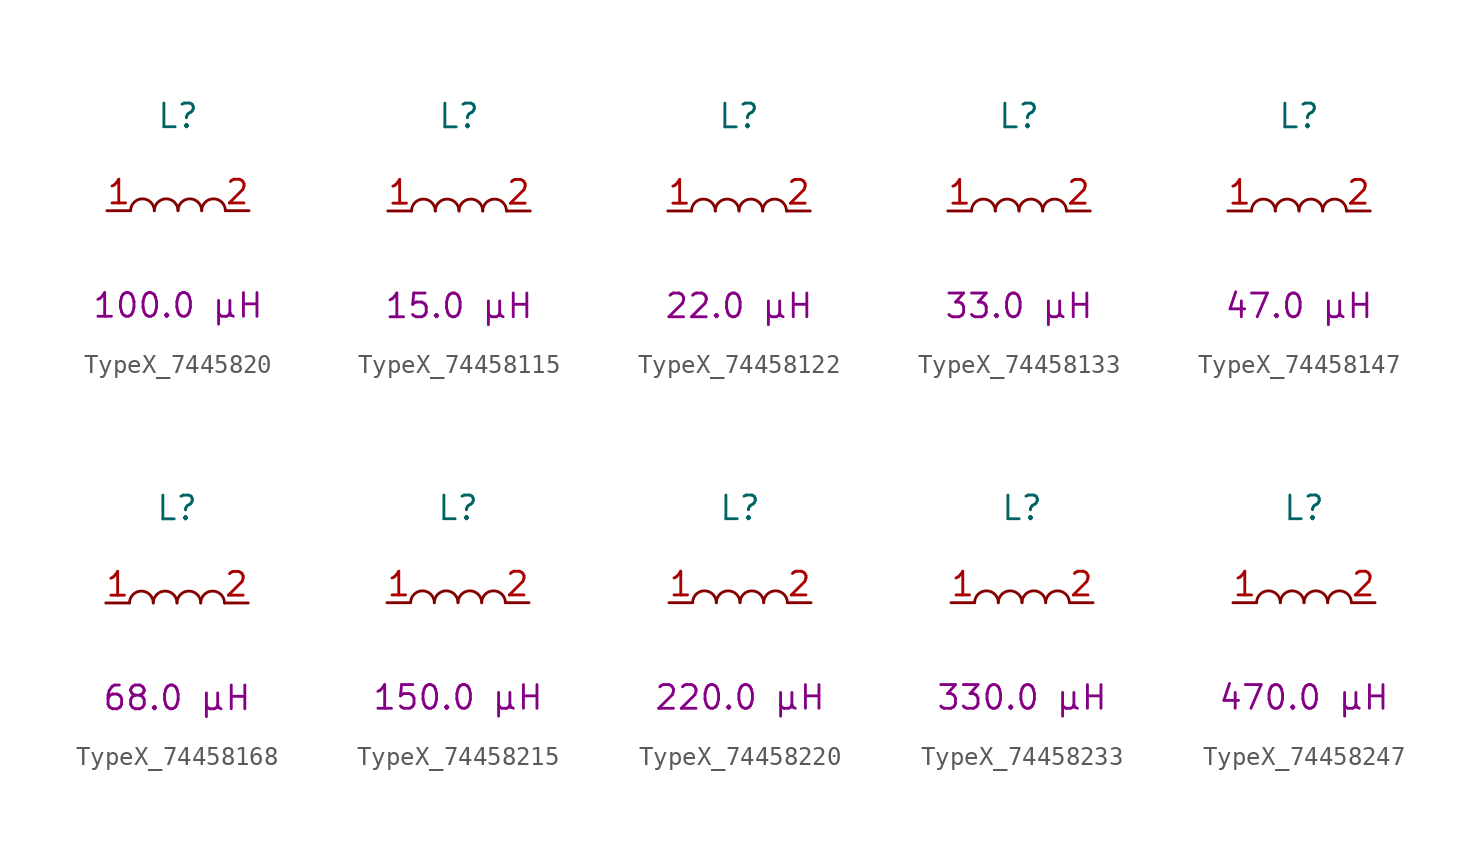
<source format=kicad_sym>
(kicad_symbol_lib
  (version 20220914)
  (generator kicad_symbol_editor)
  (symbol "TypeX_7445820"
    (pin_names hide)
    (property "Reference" "L"
      (at 0 5.08 0)
      (effects (font (size 1.27 1.27))))
    (property "Critical Parameter" "100.0 µH"
      (at 0 -5.08 0)
      (effects (font (size 1.27 1.27))))
    (symbol "TypeX_7445820_0_1"
      (arc (start -1.27 0) (mid -1.905 0.6323) (end -2.54 0) (stroke (width 0) (type default)) (fill (type none)))
      (arc (start 0 0) (mid -0.635 0.6323) (end -1.27 0) (stroke (width 0) (type default)) (fill (type none)))
      (arc (start 1.27 0) (mid 0.635 0.6323) (end 0 0) (stroke (width 0) (type default)) (fill (type none)))
      (arc (start 2.54 0) (mid 1.905 0.6323) (end 1.27 0) (stroke (width 0) (type default)) (fill (type none))))
    (symbol "TypeX_7445820_1_1"
      (pin passive line (at -3.81 0 0) (length 1.27) (name "1" (effects (font (size 1.27 1.27)))) (number "1" (effects (font (size 1.27 1.27)))))
      (pin passive line (at 3.81 0 180) (length 1.27) (name "2" (effects (font (size 1.27 1.27)))) (number "2" (effects (font (size 1.27 1.27)))))))
  (symbol "TypeX_74458115"
    (pin_names hide)
    (property "Reference" "L"
      (at 0 5.08 0)
      (effects (font (size 1.27 1.27))))
    (property "Critical Parameter" "15.0 µH"
      (at 0 -5.08 0)
      (effects (font (size 1.27 1.27))))
    (symbol "TypeX_74458115_0_1"
      (arc (start -1.27 0) (mid -1.905 0.6323) (end -2.54 0) (stroke (width 0) (type default)) (fill (type none)))
      (arc (start 0 0) (mid -0.635 0.6323) (end -1.27 0) (stroke (width 0) (type default)) (fill (type none)))
      (arc (start 1.27 0) (mid 0.635 0.6323) (end 0 0) (stroke (width 0) (type default)) (fill (type none)))
      (arc (start 2.54 0) (mid 1.905 0.6323) (end 1.27 0) (stroke (width 0) (type default)) (fill (type none))))
    (symbol "TypeX_74458115_1_1"
      (pin passive line (at -3.81 0 0) (length 1.27) (name "1" (effects (font (size 1.27 1.27)))) (number "1" (effects (font (size 1.27 1.27)))))
      (pin passive line (at 3.81 0 180) (length 1.27) (name "2" (effects (font (size 1.27 1.27)))) (number "2" (effects (font (size 1.27 1.27)))))))
  (symbol "TypeX_74458122"
    (pin_names hide)
    (property "Reference" "L"
      (at 0 5.08 0)
      (effects (font (size 1.27 1.27))))
    (property "Critical Parameter" "22.0 µH"
      (at 0 -5.08 0)
      (effects (font (size 1.27 1.27))))
    (symbol "TypeX_74458122_0_1"
      (arc (start -1.27 0) (mid -1.905 0.6323) (end -2.54 0) (stroke (width 0) (type default)) (fill (type none)))
      (arc (start 0 0) (mid -0.635 0.6323) (end -1.27 0) (stroke (width 0) (type default)) (fill (type none)))
      (arc (start 1.27 0) (mid 0.635 0.6323) (end 0 0) (stroke (width 0) (type default)) (fill (type none)))
      (arc (start 2.54 0) (mid 1.905 0.6323) (end 1.27 0) (stroke (width 0) (type default)) (fill (type none))))
    (symbol "TypeX_74458122_1_1"
      (pin passive line (at -3.81 0 0) (length 1.27) (name "1" (effects (font (size 1.27 1.27)))) (number "1" (effects (font (size 1.27 1.27)))))
      (pin passive line (at 3.81 0 180) (length 1.27) (name "2" (effects (font (size 1.27 1.27)))) (number "2" (effects (font (size 1.27 1.27)))))))
  (symbol "TypeX_74458133"
    (pin_names hide)
    (property "Reference" "L"
      (at 0 5.08 0)
      (effects (font (size 1.27 1.27))))
    (property "Critical Parameter" "33.0 µH"
      (at 0 -5.08 0)
      (effects (font (size 1.27 1.27))))
    (symbol "TypeX_74458133_0_1"
      (arc (start -1.27 0) (mid -1.905 0.6323) (end -2.54 0) (stroke (width 0) (type default)) (fill (type none)))
      (arc (start 0 0) (mid -0.635 0.6323) (end -1.27 0) (stroke (width 0) (type default)) (fill (type none)))
      (arc (start 1.27 0) (mid 0.635 0.6323) (end 0 0) (stroke (width 0) (type default)) (fill (type none)))
      (arc (start 2.54 0) (mid 1.905 0.6323) (end 1.27 0) (stroke (width 0) (type default)) (fill (type none))))
    (symbol "TypeX_74458133_1_1"
      (pin passive line (at -3.81 0 0) (length 1.27) (name "1" (effects (font (size 1.27 1.27)))) (number "1" (effects (font (size 1.27 1.27)))))
      (pin passive line (at 3.81 0 180) (length 1.27) (name "2" (effects (font (size 1.27 1.27)))) (number "2" (effects (font (size 1.27 1.27)))))))
  (symbol "TypeX_74458147"
    (pin_names hide)
    (property "Reference" "L"
      (at 0 5.08 0)
      (effects (font (size 1.27 1.27))))
    (property "Critical Parameter" "47.0 µH"
      (at 0 -5.08 0)
      (effects (font (size 1.27 1.27))))
    (symbol "TypeX_74458147_0_1"
      (arc (start -1.27 0) (mid -1.905 0.6323) (end -2.54 0) (stroke (width 0) (type default)) (fill (type none)))
      (arc (start 0 0) (mid -0.635 0.6323) (end -1.27 0) (stroke (width 0) (type default)) (fill (type none)))
      (arc (start 1.27 0) (mid 0.635 0.6323) (end 0 0) (stroke (width 0) (type default)) (fill (type none)))
      (arc (start 2.54 0) (mid 1.905 0.6323) (end 1.27 0) (stroke (width 0) (type default)) (fill (type none))))
    (symbol "TypeX_74458147_1_1"
      (pin passive line (at -3.81 0 0) (length 1.27) (name "1" (effects (font (size 1.27 1.27)))) (number "1" (effects (font (size 1.27 1.27)))))
      (pin passive line (at 3.81 0 180) (length 1.27) (name "2" (effects (font (size 1.27 1.27)))) (number "2" (effects (font (size 1.27 1.27)))))))
  (symbol "TypeX_74458168"
    (pin_names hide)
    (property "Reference" "L"
      (at 0 5.08 0)
      (effects (font (size 1.27 1.27))))
    (property "Critical Parameter" "68.0 µH"
      (at 0 -5.08 0)
      (effects (font (size 1.27 1.27))))
    (symbol "TypeX_74458168_0_1"
      (arc (start -1.27 0) (mid -1.905 0.6323) (end -2.54 0) (stroke (width 0) (type default)) (fill (type none)))
      (arc (start 0 0) (mid -0.635 0.6323) (end -1.27 0) (stroke (width 0) (type default)) (fill (type none)))
      (arc (start 1.27 0) (mid 0.635 0.6323) (end 0 0) (stroke (width 0) (type default)) (fill (type none)))
      (arc (start 2.54 0) (mid 1.905 0.6323) (end 1.27 0) (stroke (width 0) (type default)) (fill (type none))))
    (symbol "TypeX_74458168_1_1"
      (pin passive line (at -3.81 0 0) (length 1.27) (name "1" (effects (font (size 1.27 1.27)))) (number "1" (effects (font (size 1.27 1.27)))))
      (pin passive line (at 3.81 0 180) (length 1.27) (name "2" (effects (font (size 1.27 1.27)))) (number "2" (effects (font (size 1.27 1.27)))))))
  (symbol "TypeX_74458215"
    (pin_names hide)
    (property "Reference" "L"
      (at 0 5.08 0)
      (effects (font (size 1.27 1.27))))
    (property "Critical Parameter" "150.0 µH"
      (at 0 -5.08 0)
      (effects (font (size 1.27 1.27))))
    (symbol "TypeX_74458215_0_1"
      (arc (start -1.27 0) (mid -1.905 0.6323) (end -2.54 0) (stroke (width 0) (type default)) (fill (type none)))
      (arc (start 0 0) (mid -0.635 0.6323) (end -1.27 0) (stroke (width 0) (type default)) (fill (type none)))
      (arc (start 1.27 0) (mid 0.635 0.6323) (end 0 0) (stroke (width 0) (type default)) (fill (type none)))
      (arc (start 2.54 0) (mid 1.905 0.6323) (end 1.27 0) (stroke (width 0) (type default)) (fill (type none))))
    (symbol "TypeX_74458215_1_1"
      (pin passive line (at -3.81 0 0) (length 1.27) (name "1" (effects (font (size 1.27 1.27)))) (number "1" (effects (font (size 1.27 1.27)))))
      (pin passive line (at 3.81 0 180) (length 1.27) (name "2" (effects (font (size 1.27 1.27)))) (number "2" (effects (font (size 1.27 1.27)))))))
  (symbol "TypeX_74458220"
    (pin_names hide)
    (property "Reference" "L"
      (at 0 5.08 0)
      (effects (font (size 1.27 1.27))))
    (property "Critical Parameter" "220.0 µH"
      (at 0 -5.08 0)
      (effects (font (size 1.27 1.27))))
    (symbol "TypeX_74458220_0_1"
      (arc (start -1.27 0) (mid -1.905 0.6323) (end -2.54 0) (stroke (width 0) (type default)) (fill (type none)))
      (arc (start 0 0) (mid -0.635 0.6323) (end -1.27 0) (stroke (width 0) (type default)) (fill (type none)))
      (arc (start 1.27 0) (mid 0.635 0.6323) (end 0 0) (stroke (width 0) (type default)) (fill (type none)))
      (arc (start 2.54 0) (mid 1.905 0.6323) (end 1.27 0) (stroke (width 0) (type default)) (fill (type none))))
    (symbol "TypeX_74458220_1_1"
      (pin passive line (at -3.81 0 0) (length 1.27) (name "1" (effects (font (size 1.27 1.27)))) (number "1" (effects (font (size 1.27 1.27)))))
      (pin passive line (at 3.81 0 180) (length 1.27) (name "2" (effects (font (size 1.27 1.27)))) (number "2" (effects (font (size 1.27 1.27)))))))
  (symbol "TypeX_74458233"
    (pin_names hide)
    (property "Reference" "L"
      (at 0 5.08 0)
      (effects (font (size 1.27 1.27))))
    (property "Critical Parameter" "330.0 µH"
      (at 0 -5.08 0)
      (effects (font (size 1.27 1.27))))
    (symbol "TypeX_74458233_0_1"
      (arc (start -1.27 0) (mid -1.905 0.6323) (end -2.54 0) (stroke (width 0) (type default)) (fill (type none)))
      (arc (start 0 0) (mid -0.635 0.6323) (end -1.27 0) (stroke (width 0) (type default)) (fill (type none)))
      (arc (start 1.27 0) (mid 0.635 0.6323) (end 0 0) (stroke (width 0) (type default)) (fill (type none)))
      (arc (start 2.54 0) (mid 1.905 0.6323) (end 1.27 0) (stroke (width 0) (type default)) (fill (type none))))
    (symbol "TypeX_74458233_1_1"
      (pin passive line (at -3.81 0 0) (length 1.27) (name "1" (effects (font (size 1.27 1.27)))) (number "1" (effects (font (size 1.27 1.27)))))
      (pin passive line (at 3.81 0 180) (length 1.27) (name "2" (effects (font (size 1.27 1.27)))) (number "2" (effects (font (size 1.27 1.27)))))))
  (symbol "TypeX_74458247"
    (pin_names hide)
    (property "Reference" "L"
      (at 0 5.08 0)
      (effects (font (size 1.27 1.27))))
    (property "Critical Parameter" "470.0 µH"
      (at 0 -5.08 0)
      (effects (font (size 1.27 1.27))))
    (symbol "TypeX_74458247_0_1"
      (arc (start -1.27 0) (mid -1.905 0.6323) (end -2.54 0) (stroke (width 0) (type default)) (fill (type none)))
      (arc (start 0 0) (mid -0.635 0.6323) (end -1.27 0) (stroke (width 0) (type default)) (fill (type none)))
      (arc (start 1.27 0) (mid 0.635 0.6323) (end 0 0) (stroke (width 0) (type default)) (fill (type none)))
      (arc (start 2.54 0) (mid 1.905 0.6323) (end 1.27 0) (stroke (width 0) (type default)) (fill (type none))))
    (symbol "TypeX_74458247_1_1"
      (pin passive line (at -3.81 0 0) (length 1.27) (name "1" (effects (font (size 1.27 1.27)))) (number "1" (effects (font (size 1.27 1.27)))))
      (pin passive line (at 3.81 0 180) (length 1.27) (name "2" (effects (font (size 1.27 1.27)))) (number "2" (effects (font (size 1.27 1.27))))))))
</source>
